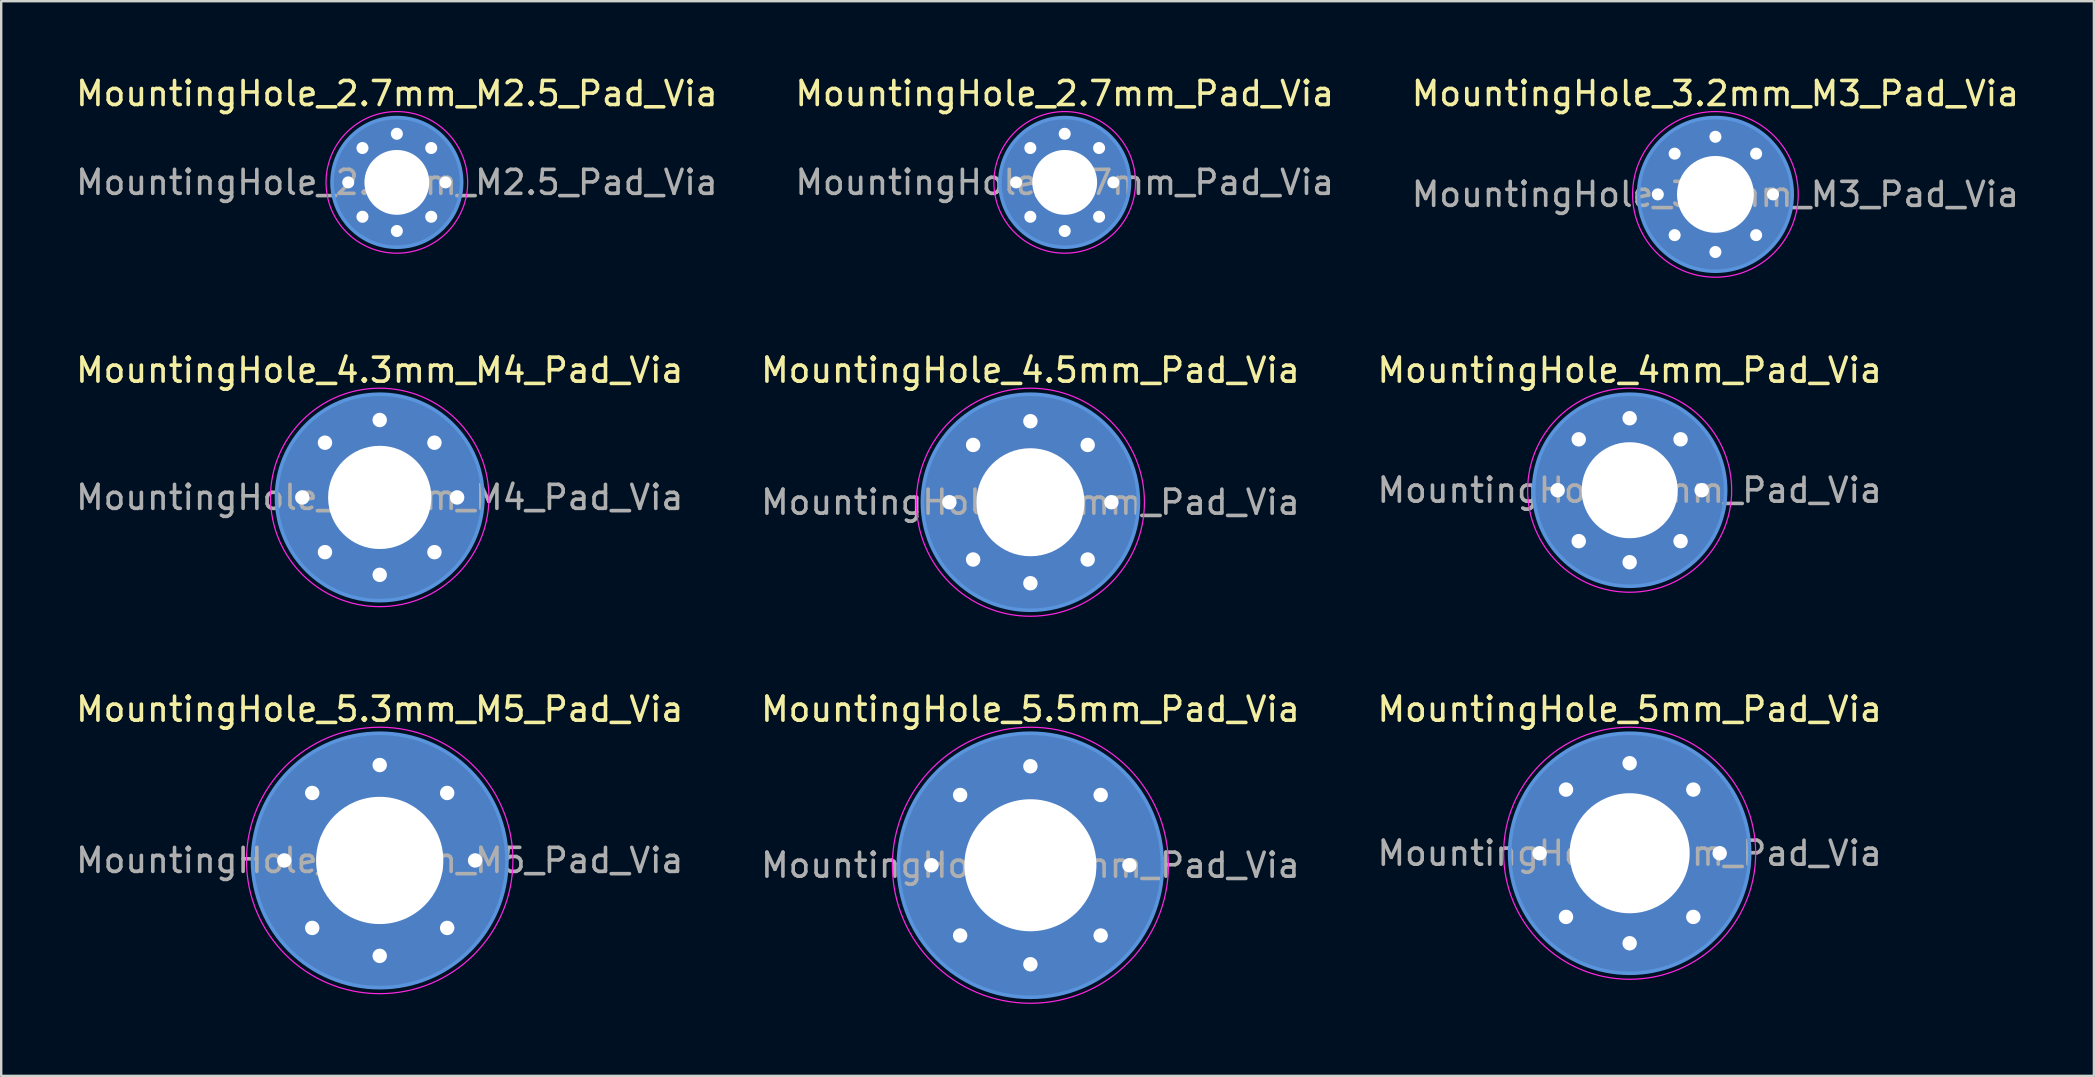
<source format=kicad_pcb>
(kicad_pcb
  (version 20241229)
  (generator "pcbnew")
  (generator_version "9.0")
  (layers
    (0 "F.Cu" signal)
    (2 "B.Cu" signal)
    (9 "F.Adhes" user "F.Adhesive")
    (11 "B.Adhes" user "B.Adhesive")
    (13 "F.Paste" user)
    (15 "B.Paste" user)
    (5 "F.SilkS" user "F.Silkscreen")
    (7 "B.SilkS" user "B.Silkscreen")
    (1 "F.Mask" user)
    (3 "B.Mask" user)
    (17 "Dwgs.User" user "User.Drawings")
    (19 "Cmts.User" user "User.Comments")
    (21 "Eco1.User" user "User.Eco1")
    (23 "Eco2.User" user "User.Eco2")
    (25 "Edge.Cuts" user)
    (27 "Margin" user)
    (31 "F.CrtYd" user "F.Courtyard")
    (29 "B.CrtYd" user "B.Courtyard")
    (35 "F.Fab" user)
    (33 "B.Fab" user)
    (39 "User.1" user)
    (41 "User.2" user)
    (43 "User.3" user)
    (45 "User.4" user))
  (footprint "MountingHole_5.3mm_M5_Pad_Via"
    (layer "F.Cu")
    (at 12.768 32.795)
    (property "Reference" "MountingHole_5.3mm_M5_Pad_Via" (at 0 -6.3 0) (layer "F.SilkS") (effects (font (size 1 1) (thickness 0.15))))
    (property "Mouser link" "" (at 0 0 0) (layer "F.Fab") (effects (font (size 1.27 1.27) (thickness 0.15))))
    (property "Mouser Part no." "" (at 0 0 0) (layer "F.Fab") (effects (font (size 1.27 1.27) (thickness 0.15))))
    (attr exclude_from_pos_files exclude_from_bom)
    (fp_circle (center 0 0) (end 5.3 0) (stroke (width 0.15) (type solid)) (fill no) (layer "Cmts.User"))
    (fp_circle (center 0 0) (end 5.55 0) (stroke (width 0.05) (type solid)) (fill no) (layer "F.CrtYd"))
    (fp_text user "${REFERENCE}" (at 0 0 0) (layer "F.Fab") (effects (font (size 1 1) (thickness 0.15))))
    (pad "1" thru_hole circle (at -3.975 0) (size 0.9 0.9) (drill 0.6) (layers "*.Cu" "*.Mask"))
    (pad "1" thru_hole circle (at -2.811 -2.811) (size 0.9 0.9) (drill 0.6) (layers "*.Cu" "*.Mask"))
    (pad "1" thru_hole circle (at -2.811 2.811) (size 0.9 0.9) (drill 0.6) (layers "*.Cu" "*.Mask"))
    (pad "1" thru_hole circle (at 0 -3.975) (size 0.9 0.9) (drill 0.6) (layers "*.Cu" "*.Mask"))
    (pad "1" thru_hole circle (at 0 0) (size 10.6 10.6) (drill 5.3) (layers "*.Cu" "*.Mask"))
    (pad "1" thru_hole circle (at 0 3.975) (size 0.9 0.9) (drill 0.6) (layers "*.Cu" "*.Mask"))
    (pad "1" thru_hole circle (at 2.811 -2.811) (size 0.9 0.9) (drill 0.6) (layers "*.Cu" "*.Mask"))
    (pad "1" thru_hole circle (at 2.811 2.811) (size 0.9 0.9) (drill 0.6) (layers "*.Cu" "*.Mask"))
    (pad "1" thru_hole circle (at 3.975 0) (size 0.9 0.9) (drill 0.6) (layers "*.Cu" "*.Mask")))
  (footprint "MountingHole_5mm_Pad_Via"
    (layer "F.Cu")
    (at 64.839 32.495)
    (property "Reference" "MountingHole_5mm_Pad_Via" (at 0 -6 0) (layer "F.SilkS") (effects (font (size 1 1) (thickness 0.15))))
    (property "Mouser link" "" (at 0 0 0) (layer "F.Fab") (effects (font (size 1.27 1.27) (thickness 0.15))))
    (property "Mouser Part no." "" (at 0 0 0) (layer "F.Fab") (effects (font (size 1.27 1.27) (thickness 0.15))))
    (attr exclude_from_pos_files exclude_from_bom)
    (fp_circle (center 0 0) (end 5 0) (stroke (width 0.15) (type solid)) (fill no) (layer "Cmts.User"))
    (fp_circle (center 0 0) (end 5.25 0) (stroke (width 0.05) (type solid)) (fill no) (layer "F.CrtYd"))
    (fp_text user "${REFERENCE}" (at 0 0 0) (layer "F.Fab") (effects (font (size 1 1) (thickness 0.15))))
    (pad "1" thru_hole circle (at -3.75 0) (size 0.9 0.9) (drill 0.6) (layers "*.Cu" "*.Mask"))
    (pad "1" thru_hole circle (at -2.652 -2.652) (size 0.9 0.9) (drill 0.6) (layers "*.Cu" "*.Mask"))
    (pad "1" thru_hole circle (at -2.652 2.652) (size 0.9 0.9) (drill 0.6) (layers "*.Cu" "*.Mask"))
    (pad "1" thru_hole circle (at 0 -3.75) (size 0.9 0.9) (drill 0.6) (layers "*.Cu" "*.Mask"))
    (pad "1" thru_hole circle (at 0 0) (size 10 10) (drill 5) (layers "*.Cu" "*.Mask"))
    (pad "1" thru_hole circle (at 0 3.75) (size 0.9 0.9) (drill 0.6) (layers "*.Cu" "*.Mask"))
    (pad "1" thru_hole circle (at 2.652 -2.652) (size 0.9 0.9) (drill 0.6) (layers "*.Cu" "*.Mask"))
    (pad "1" thru_hole circle (at 2.652 2.652) (size 0.9 0.9) (drill 0.6) (layers "*.Cu" "*.Mask"))
    (pad "1" thru_hole circle (at 3.75 0) (size 0.9 0.9) (drill 0.6) (layers "*.Cu" "*.Mask")))
  (footprint "MountingHole_5.5mm_Pad_Via"
    (layer "F.Cu")
    (at 39.875 32.995)
    (property "Reference" "MountingHole_5.5mm_Pad_Via" (at 0 -6.5 0) (layer "F.SilkS") (effects (font (size 1 1) (thickness 0.15))))
    (property "Mouser link" "" (at 0 0 0) (layer "F.Fab") (effects (font (size 1.27 1.27) (thickness 0.15))))
    (property "Mouser Part no." "" (at 0 0 0) (layer "F.Fab") (effects (font (size 1.27 1.27) (thickness 0.15))))
    (attr exclude_from_pos_files exclude_from_bom)
    (fp_circle (center 0 0) (end 5.5 0) (stroke (width 0.15) (type solid)) (fill no) (layer "Cmts.User"))
    (fp_circle (center 0 0) (end 5.75 0) (stroke (width 0.05) (type solid)) (fill no) (layer "F.CrtYd"))
    (fp_text user "${REFERENCE}" (at 0 0 0) (layer "F.Fab") (effects (font (size 1 1) (thickness 0.15))))
    (pad "1" thru_hole circle (at -4.125 0) (size 0.9 0.9) (drill 0.6) (layers "*.Cu" "*.Mask"))
    (pad "1" thru_hole circle (at -2.927 -2.927) (size 0.9 0.9) (drill 0.6) (layers "*.Cu" "*.Mask"))
    (pad "1" thru_hole circle (at -2.927 2.927) (size 0.9 0.9) (drill 0.6) (layers "*.Cu" "*.Mask"))
    (pad "1" thru_hole circle (at 0 -4.125) (size 0.9 0.9) (drill 0.6) (layers "*.Cu" "*.Mask"))
    (pad "1" thru_hole circle (at 0 0) (size 11 11) (drill 5.5) (layers "*.Cu" "*.Mask"))
    (pad "1" thru_hole circle (at 0 4.125) (size 0.9 0.9) (drill 0.6) (layers "*.Cu" "*.Mask"))
    (pad "1" thru_hole circle (at 2.927 -2.927) (size 0.9 0.9) (drill 0.6) (layers "*.Cu" "*.Mask"))
    (pad "1" thru_hole circle (at 2.927 2.927) (size 0.9 0.9) (drill 0.6) (layers "*.Cu" "*.Mask"))
    (pad "1" thru_hole circle (at 4.125 0) (size 0.9 0.9) (drill 0.6) (layers "*.Cu" "*.Mask")))
  (footprint "MountingHole_4mm_Pad_Via"
    (layer "F.Cu")
    (at 64.839 17.372)
    (property "Reference" "MountingHole_4mm_Pad_Via" (at 0 -5 0) (layer "F.SilkS") (effects (font (size 1 1) (thickness 0.15))))
    (property "Mouser link" "" (at 0 0 0) (layer "F.Fab") (effects (font (size 1.27 1.27) (thickness 0.15))))
    (property "Mouser Part no." "" (at 0 0 0) (layer "F.Fab") (effects (font (size 1.27 1.27) (thickness 0.15))))
    (attr exclude_from_pos_files exclude_from_bom)
    (fp_circle (center 0 0) (end 4 0) (stroke (width 0.15) (type solid)) (fill no) (layer "Cmts.User"))
    (fp_circle (center 0 0) (end 4.25 0) (stroke (width 0.05) (type solid)) (fill no) (layer "F.CrtYd"))
    (fp_text user "${REFERENCE}" (at 0 0 0) (layer "F.Fab") (effects (font (size 1 1) (thickness 0.15))))
    (pad "1" thru_hole circle (at -3 0) (size 0.9 0.9) (drill 0.6) (layers "*.Cu" "*.Mask"))
    (pad "1" thru_hole circle (at -2.121 -2.121) (size 0.9 0.9) (drill 0.6) (layers "*.Cu" "*.Mask"))
    (pad "1" thru_hole circle (at -2.121 2.121) (size 0.9 0.9) (drill 0.6) (layers "*.Cu" "*.Mask"))
    (pad "1" thru_hole circle (at 0 -3) (size 0.9 0.9) (drill 0.6) (layers "*.Cu" "*.Mask"))
    (pad "1" thru_hole circle (at 0 0) (size 8 8) (drill 4) (layers "*.Cu" "*.Mask"))
    (pad "1" thru_hole circle (at 0 3) (size 0.9 0.9) (drill 0.6) (layers "*.Cu" "*.Mask"))
    (pad "1" thru_hole circle (at 2.121 -2.121) (size 0.9 0.9) (drill 0.6) (layers "*.Cu" "*.Mask"))
    (pad "1" thru_hole circle (at 2.121 2.121) (size 0.9 0.9) (drill 0.6) (layers "*.Cu" "*.Mask"))
    (pad "1" thru_hole circle (at 3 0) (size 0.9 0.9) (drill 0.6) (layers "*.Cu" "*.Mask")))
  (footprint "MountingHole_2.7mm_M2.5_Pad_Via"
    (layer "F.Cu")
    (at 13.482 4.548)
    (property "Reference" "MountingHole_2.7mm_M2.5_Pad_Via" (at 0 -3.7 0) (layer "F.SilkS") (effects (font (size 1 1) (thickness 0.15))))
    (property "Mouser link" "" (at 0 0 0) (layer "F.Fab") (effects (font (size 1.27 1.27) (thickness 0.15))))
    (property "Mouser Part no." "" (at 0 0 0) (layer "F.Fab") (effects (font (size 1.27 1.27) (thickness 0.15))))
    (attr exclude_from_pos_files exclude_from_bom)
    (fp_circle (center 0 0) (end 2.7 0) (stroke (width 0.15) (type solid)) (fill no) (layer "Cmts.User"))
    (fp_circle (center 0 0) (end 2.95 0) (stroke (width 0.05) (type solid)) (fill no) (layer "F.CrtYd"))
    (fp_text user "${REFERENCE}" (at 0 0 0) (layer "F.Fab") (effects (font (size 1 1) (thickness 0.15))))
    (pad "1" thru_hole circle (at -2.025 0) (size 0.8 0.8) (drill 0.5) (layers "*.Cu" "*.Mask"))
    (pad "1" thru_hole circle (at -1.432 -1.432) (size 0.8 0.8) (drill 0.5) (layers "*.Cu" "*.Mask"))
    (pad "1" thru_hole circle (at -1.432 1.432) (size 0.8 0.8) (drill 0.5) (layers "*.Cu" "*.Mask"))
    (pad "1" thru_hole circle (at 0 -2.025) (size 0.8 0.8) (drill 0.5) (layers "*.Cu" "*.Mask"))
    (pad "1" thru_hole circle (at 0 0) (size 5.4 5.4) (drill 2.7) (layers "*.Cu" "*.Mask"))
    (pad "1" thru_hole circle (at 0 2.025) (size 0.8 0.8) (drill 0.5) (layers "*.Cu" "*.Mask"))
    (pad "1" thru_hole circle (at 1.432 -1.432) (size 0.8 0.8) (drill 0.5) (layers "*.Cu" "*.Mask"))
    (pad "1" thru_hole circle (at 1.432 1.432) (size 0.8 0.8) (drill 0.5) (layers "*.Cu" "*.Mask"))
    (pad "1" thru_hole circle (at 2.025 0) (size 0.8 0.8) (drill 0.5) (layers "*.Cu" "*.Mask")))
  (footprint "MountingHole_4.5mm_Pad_Via"
    (layer "F.Cu")
    (at 39.875 17.872)
    (property "Reference" "MountingHole_4.5mm_Pad_Via" (at 0 -5.5 0) (layer "F.SilkS") (effects (font (size 1 1) (thickness 0.15))))
    (property "Mouser link" "" (at 0 0 0) (layer "F.Fab") (effects (font (size 1.27 1.27) (thickness 0.15))))
    (property "Mouser Part no." "" (at 0 0 0) (layer "F.Fab") (effects (font (size 1.27 1.27) (thickness 0.15))))
    (attr exclude_from_pos_files exclude_from_bom)
    (fp_circle (center 0 0) (end 4.5 0) (stroke (width 0.15) (type solid)) (fill no) (layer "Cmts.User"))
    (fp_circle (center 0 0) (end 4.75 0) (stroke (width 0.05) (type solid)) (fill no) (layer "F.CrtYd"))
    (fp_text user "${REFERENCE}" (at 0 0 0) (layer "F.Fab") (effects (font (size 1 1) (thickness 0.15))))
    (pad "1" thru_hole circle (at -3.375 0) (size 0.9 0.9) (drill 0.6) (layers "*.Cu" "*.Mask"))
    (pad "1" thru_hole circle (at -2.386 -2.386) (size 0.9 0.9) (drill 0.6) (layers "*.Cu" "*.Mask"))
    (pad "1" thru_hole circle (at -2.386 2.386) (size 0.9 0.9) (drill 0.6) (layers "*.Cu" "*.Mask"))
    (pad "1" thru_hole circle (at 0 -3.375) (size 0.9 0.9) (drill 0.6) (layers "*.Cu" "*.Mask"))
    (pad "1" thru_hole circle (at 0 0) (size 9 9) (drill 4.5) (layers "*.Cu" "*.Mask"))
    (pad "1" thru_hole circle (at 0 3.375) (size 0.9 0.9) (drill 0.6) (layers "*.Cu" "*.Mask"))
    (pad "1" thru_hole circle (at 2.386 -2.386) (size 0.9 0.9) (drill 0.6) (layers "*.Cu" "*.Mask"))
    (pad "1" thru_hole circle (at 2.386 2.386) (size 0.9 0.9) (drill 0.6) (layers "*.Cu" "*.Mask"))
    (pad "1" thru_hole circle (at 3.375 0) (size 0.9 0.9) (drill 0.6) (layers "*.Cu" "*.Mask")))
  (footprint "MountingHole_3.2mm_M3_Pad_Via"
    (layer "F.Cu")
    (at 68.411 5.048)
    (property "Reference" "MountingHole_3.2mm_M3_Pad_Via" (at 0 -4.2 0) (layer "F.SilkS") (effects (font (size 1 1) (thickness 0.15))))
    (property "Mouser link" "" (at 0 0 0) (layer "F.Fab") (effects (font (size 1.27 1.27) (thickness 0.15))))
    (property "Mouser Part no." "" (at 0 0 0) (layer "F.Fab") (effects (font (size 1.27 1.27) (thickness 0.15))))
    (attr exclude_from_pos_files exclude_from_bom)
    (fp_circle (center 0 0) (end 3.2 0) (stroke (width 0.15) (type solid)) (fill no) (layer "Cmts.User"))
    (fp_circle (center 0 0) (end 3.45 0) (stroke (width 0.05) (type solid)) (fill no) (layer "F.CrtYd"))
    (fp_text user "${REFERENCE}" (at 0 0 0) (layer "F.Fab") (effects (font (size 1 1) (thickness 0.15))))
    (pad "1" thru_hole circle (at -2.4 0) (size 0.8 0.8) (drill 0.5) (layers "*.Cu" "*.Mask"))
    (pad "1" thru_hole circle (at -1.697 -1.697) (size 0.8 0.8) (drill 0.5) (layers "*.Cu" "*.Mask"))
    (pad "1" thru_hole circle (at -1.697 1.697) (size 0.8 0.8) (drill 0.5) (layers "*.Cu" "*.Mask"))
    (pad "1" thru_hole circle (at 0 -2.4) (size 0.8 0.8) (drill 0.5) (layers "*.Cu" "*.Mask"))
    (pad "1" thru_hole circle (at 0 0) (size 6.4 6.4) (drill 3.2) (layers "*.Cu" "*.Mask"))
    (pad "1" thru_hole circle (at 0 2.4) (size 0.8 0.8) (drill 0.5) (layers "*.Cu" "*.Mask"))
    (pad "1" thru_hole circle (at 1.697 -1.697) (size 0.8 0.8) (drill 0.5) (layers "*.Cu" "*.Mask"))
    (pad "1" thru_hole circle (at 1.697 1.697) (size 0.8 0.8) (drill 0.5) (layers "*.Cu" "*.Mask"))
    (pad "1" thru_hole circle (at 2.4 0) (size 0.8 0.8) (drill 0.5) (layers "*.Cu" "*.Mask")))
  (footprint "MountingHole_4.3mm_M4_Pad_Via"
    (layer "F.Cu")
    (at 12.768 17.672)
    (property "Reference" "MountingHole_4.3mm_M4_Pad_Via" (at 0 -5.3 0) (layer "F.SilkS") (effects (font (size 1 1) (thickness 0.15))))
    (property "Mouser link" "" (at 0 0 0) (layer "F.Fab") (effects (font (size 1.27 1.27) (thickness 0.15))))
    (property "Mouser Part no." "" (at 0 0 0) (layer "F.Fab") (effects (font (size 1.27 1.27) (thickness 0.15))))
    (attr exclude_from_pos_files exclude_from_bom)
    (fp_circle (center 0 0) (end 4.3 0) (stroke (width 0.15) (type solid)) (fill no) (layer "Cmts.User"))
    (fp_circle (center 0 0) (end 4.55 0) (stroke (width 0.05) (type solid)) (fill no) (layer "F.CrtYd"))
    (fp_text user "${REFERENCE}" (at 0 0 0) (layer "F.Fab") (effects (font (size 1 1) (thickness 0.15))))
    (pad "1" thru_hole circle (at -3.225 0) (size 0.9 0.9) (drill 0.6) (layers "*.Cu" "*.Mask"))
    (pad "1" thru_hole circle (at -2.28 -2.28) (size 0.9 0.9) (drill 0.6) (layers "*.Cu" "*.Mask"))
    (pad "1" thru_hole circle (at -2.28 2.28) (size 0.9 0.9) (drill 0.6) (layers "*.Cu" "*.Mask"))
    (pad "1" thru_hole circle (at 0 -3.225) (size 0.9 0.9) (drill 0.6) (layers "*.Cu" "*.Mask"))
    (pad "1" thru_hole circle (at 0 0) (size 8.6 8.6) (drill 4.3) (layers "*.Cu" "*.Mask"))
    (pad "1" thru_hole circle (at 0 3.225) (size 0.9 0.9) (drill 0.6) (layers "*.Cu" "*.Mask"))
    (pad "1" thru_hole circle (at 2.28 -2.28) (size 0.9 0.9) (drill 0.6) (layers "*.Cu" "*.Mask"))
    (pad "1" thru_hole circle (at 2.28 2.28) (size 0.9 0.9) (drill 0.6) (layers "*.Cu" "*.Mask"))
    (pad "1" thru_hole circle (at 3.225 0) (size 0.9 0.9) (drill 0.6) (layers "*.Cu" "*.Mask")))
  (footprint "MountingHole_2.7mm_Pad_Via"
    (layer "F.Cu")
    (at 41.304 4.548)
    (property "Reference" "MountingHole_2.7mm_Pad_Via" (at 0 -3.7 0) (layer "F.SilkS") (effects (font (size 1 1) (thickness 0.15))))
    (property "Mouser link" "" (at 0 0 0) (layer "F.Fab") (effects (font (size 1.27 1.27) (thickness 0.15))))
    (property "Mouser Part no." "" (at 0 0 0) (layer "F.Fab") (effects (font (size 1.27 1.27) (thickness 0.15))))
    (attr exclude_from_pos_files exclude_from_bom)
    (fp_circle (center 0 0) (end 2.7 0) (stroke (width 0.15) (type solid)) (fill no) (layer "Cmts.User"))
    (fp_circle (center 0 0) (end 2.95 0) (stroke (width 0.05) (type solid)) (fill no) (layer "F.CrtYd"))
    (fp_text user "${REFERENCE}" (at 0 0 0) (layer "F.Fab") (effects (font (size 1 1) (thickness 0.15))))
    (pad "1" thru_hole circle (at -2.025 0) (size 0.8 0.8) (drill 0.5) (layers "*.Cu" "*.Mask"))
    (pad "1" thru_hole circle (at -1.432 -1.432) (size 0.8 0.8) (drill 0.5) (layers "*.Cu" "*.Mask"))
    (pad "1" thru_hole circle (at -1.432 1.432) (size 0.8 0.8) (drill 0.5) (layers "*.Cu" "*.Mask"))
    (pad "1" thru_hole circle (at 0 -2.025) (size 0.8 0.8) (drill 0.5) (layers "*.Cu" "*.Mask"))
    (pad "1" thru_hole circle (at 0 0) (size 5.4 5.4) (drill 2.7) (layers "*.Cu" "*.Mask"))
    (pad "1" thru_hole circle (at 0 2.025) (size 0.8 0.8) (drill 0.5) (layers "*.Cu" "*.Mask"))
    (pad "1" thru_hole circle (at 1.432 -1.432) (size 0.8 0.8) (drill 0.5) (layers "*.Cu" "*.Mask"))
    (pad "1" thru_hole circle (at 1.432 1.432) (size 0.8 0.8) (drill 0.5) (layers "*.Cu" "*.Mask"))
    (pad "1" thru_hole circle (at 2.025 0) (size 0.8 0.8) (drill 0.5) (layers "*.Cu" "*.Mask")))
  (gr_rect
    (start -3 -3)
    (end 84.179 41.77)
    (stroke (width 0.1) (type default))
    (fill no)
    (layer "Edge.Cuts")))
</source>
